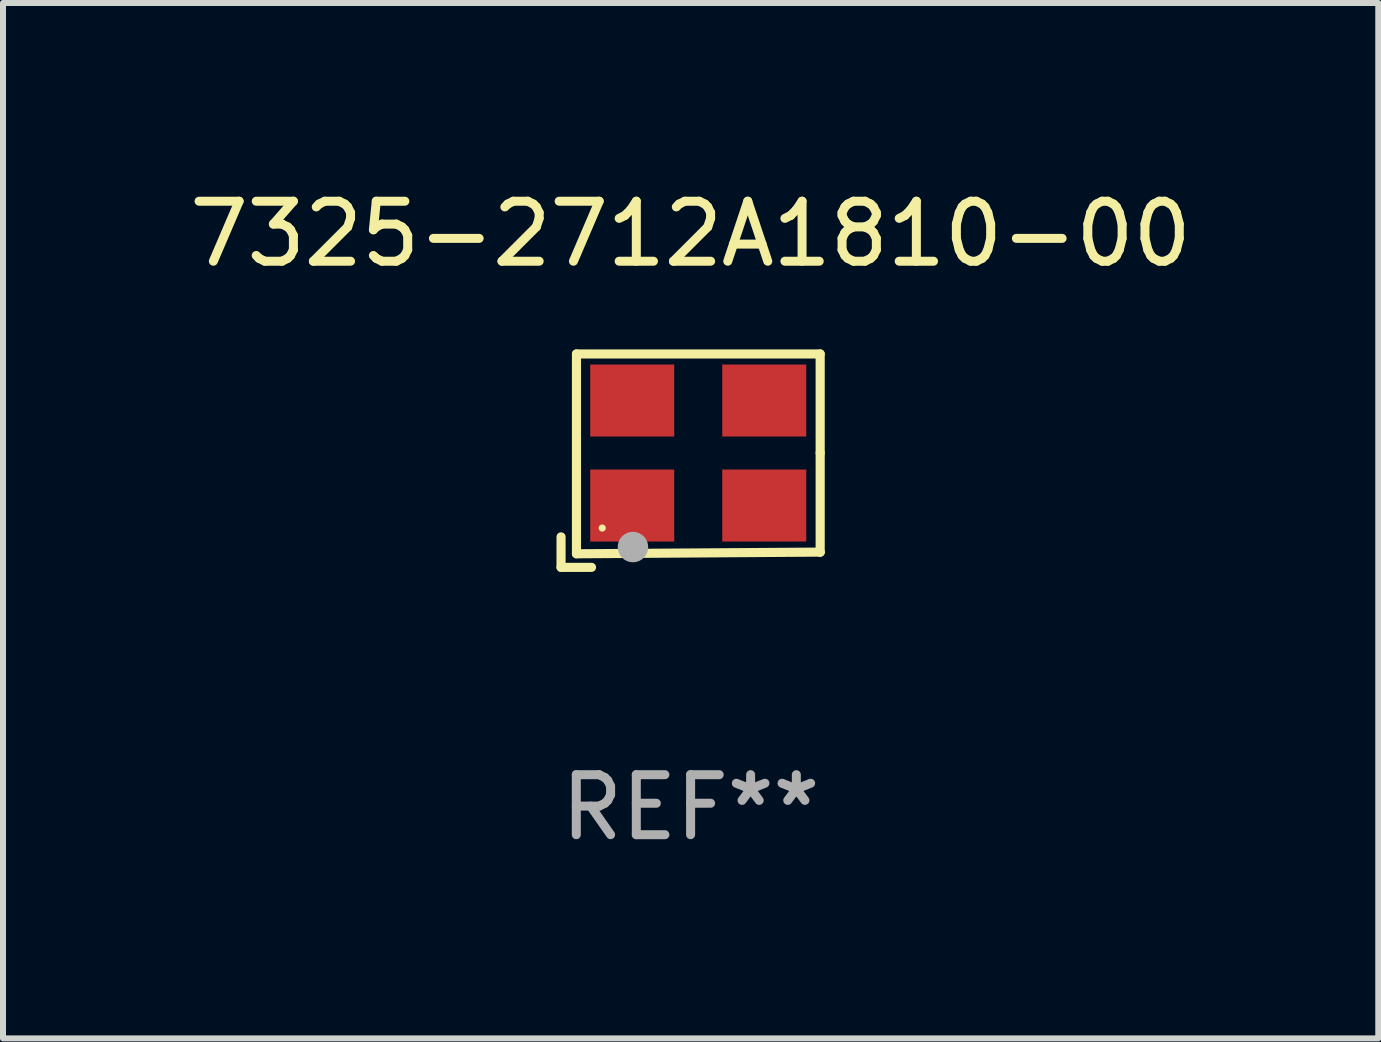
<source format=kicad_pcb>
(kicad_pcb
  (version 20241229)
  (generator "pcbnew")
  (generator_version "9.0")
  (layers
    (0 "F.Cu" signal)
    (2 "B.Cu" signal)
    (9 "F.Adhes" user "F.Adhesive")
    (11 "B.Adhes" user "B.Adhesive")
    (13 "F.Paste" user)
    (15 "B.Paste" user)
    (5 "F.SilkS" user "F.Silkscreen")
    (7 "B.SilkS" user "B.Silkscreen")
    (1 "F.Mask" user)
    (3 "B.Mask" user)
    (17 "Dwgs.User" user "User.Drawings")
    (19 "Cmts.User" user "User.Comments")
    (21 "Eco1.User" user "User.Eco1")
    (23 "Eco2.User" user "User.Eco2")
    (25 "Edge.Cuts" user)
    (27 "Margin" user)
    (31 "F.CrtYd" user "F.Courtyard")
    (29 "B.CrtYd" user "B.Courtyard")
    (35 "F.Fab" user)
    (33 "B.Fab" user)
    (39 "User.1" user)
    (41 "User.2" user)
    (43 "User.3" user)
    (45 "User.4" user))
  (footprint "7325-2712A1810-00"
    (layer "F.Cu")
    (at 8.458 4.626)
    (property "Reference" "7325-2712A1810-00" (at 0 -3.778 0) (layer "F.SilkS") (effects (font (size 1 1) (thickness 0.15))))
    (attr through_hole)
    (fp_line (start -2.159 1.27) (end -2.159 1.778) (stroke (width 0.152) (type solid)) (layer "F.SilkS"))
    (fp_line (start -2.159 1.778) (end -1.651 1.778) (stroke (width 0.152) (type solid)) (layer "F.SilkS"))
    (fp_line (start -1.902 -1.778) (end 2.159 -1.778) (stroke (width 0.152) (type solid)) (layer "F.SilkS"))
    (fp_line (start -1.902 1.552) (end -1.902 -1.778) (stroke (width 0.152) (type solid)) (layer "F.SilkS"))
    (fp_line (start 2.159 -1.778) (end 2.159 -0.127) (stroke (width 0.152) (type solid)) (layer "F.SilkS"))
    (fp_line (start 2.159 -0.127) (end 2.159 1.524) (stroke (width 0.152) (type solid)) (layer "F.SilkS"))
    (fp_line (start 2.159 1.524) (end -1.902 1.552) (stroke (width 0.152) (type solid)) (layer "F.SilkS"))
    (fp_line (start 2.159 1.524) (end 2.159 1.524) (stroke (width 0.152) (type solid)) (layer "F.SilkS"))
    (fp_circle (center -1.473 1.123) (end -1.443 1.123) (stroke (width 0.06) (type solid)) (fill no) (layer "F.SilkS"))
    (fp_circle (center -0.961 1.44) (end -0.834 1.44) (stroke (width 0.254) (type solid)) (fill no) (layer "F.Fab"))
    (fp_text user "REF**" (at 0 5.778 0) (layer "F.Fab") (effects (font (size 1 1) (thickness 0.15))))
    (pad "1" smd rect (at -0.973 0.748) (size 1.4 1.2) (layers "F.Cu" "F.Mask" "F.Paste"))
    (pad "2" smd rect (at 1.227 0.748) (size 1.4 1.2) (layers "F.Cu" "F.Mask" "F.Paste"))
    (pad "3" smd rect (at 1.227 -1.002) (size 1.4 1.2) (layers "F.Cu" "F.Mask" "F.Paste"))
    (pad "4" smd rect (at -0.973 -1.002) (size 1.4 1.2) (layers "F.Cu" "F.Mask" "F.Paste")))
  (gr_rect
    (start -3 -3)
    (end 19.917 14.253)
    (stroke (width 0.1) (type default))
    (fill no)
    (layer "Edge.Cuts")))
</source>
